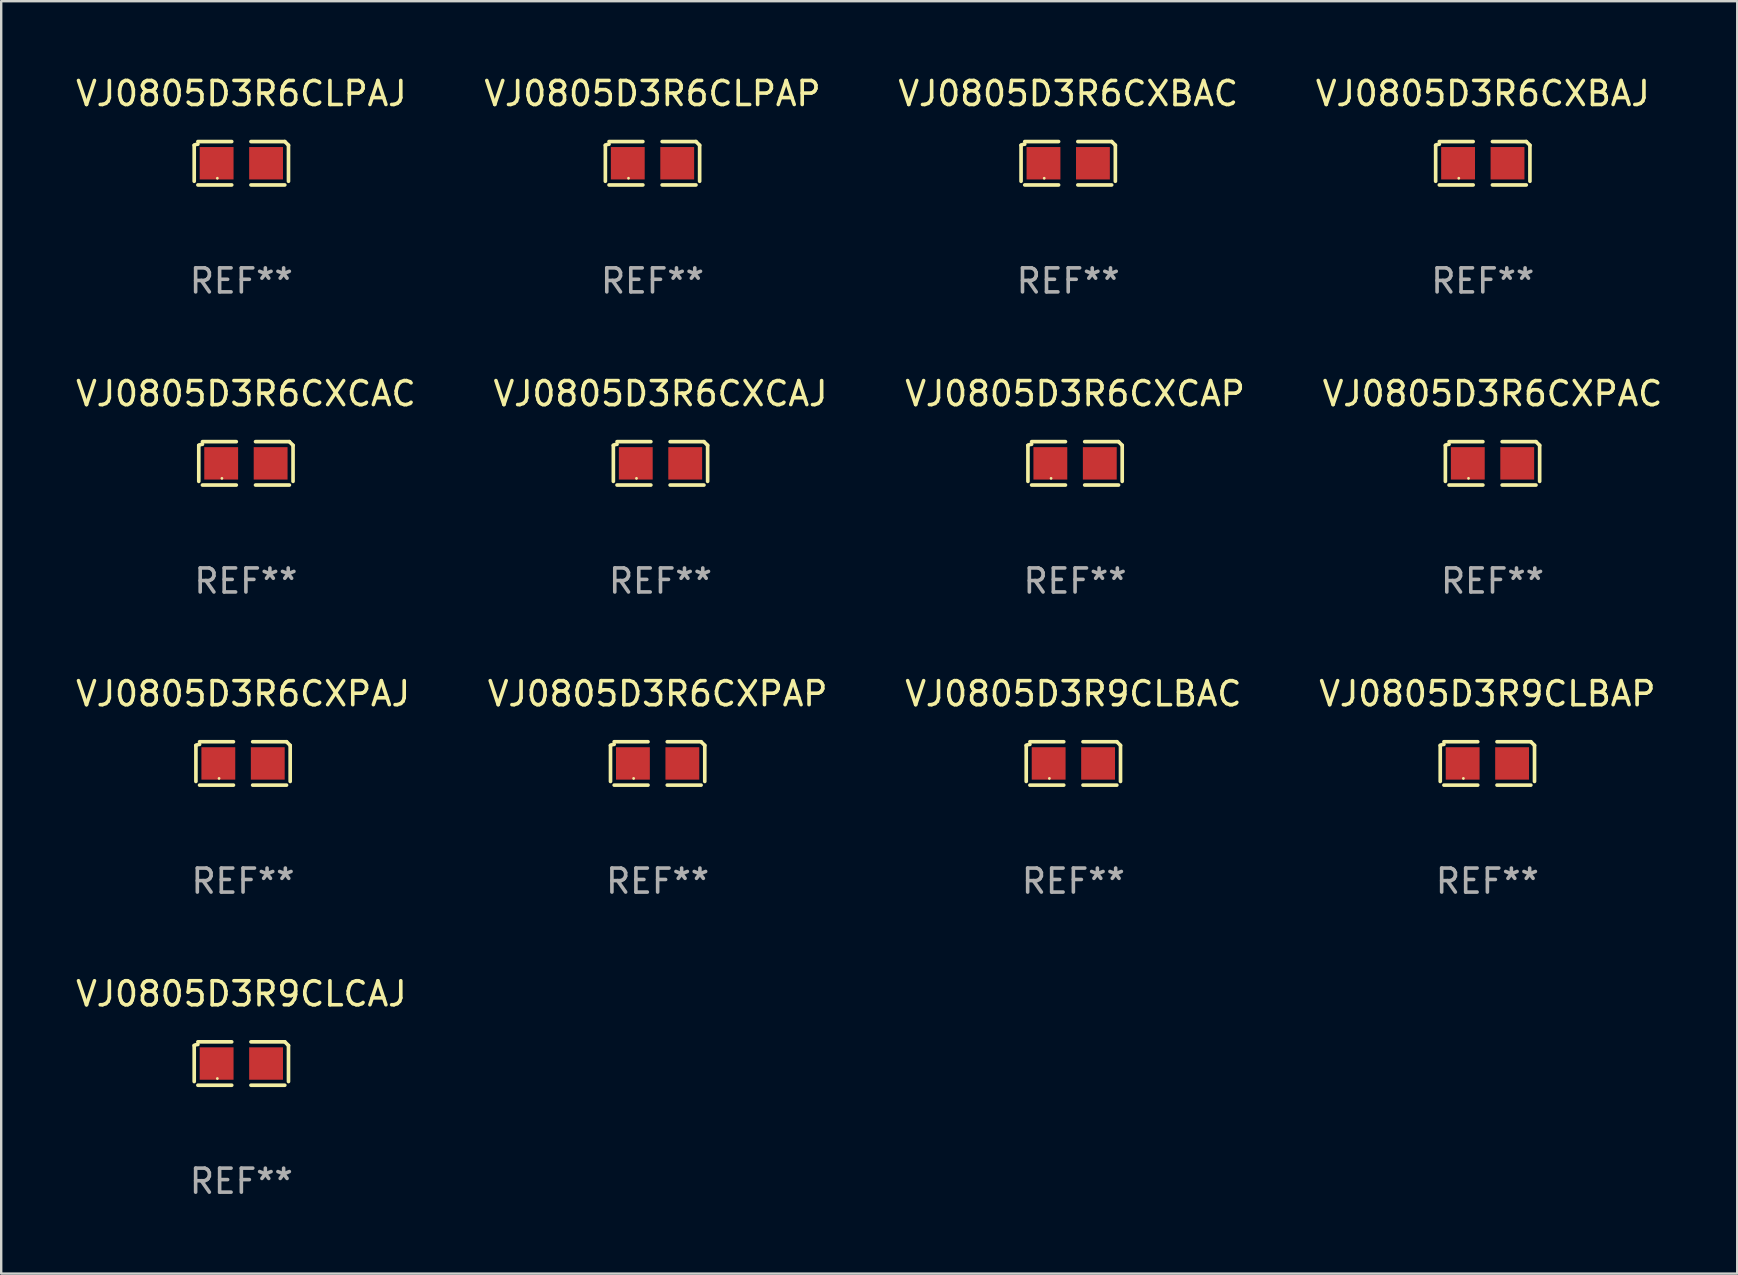
<source format=kicad_pcb>
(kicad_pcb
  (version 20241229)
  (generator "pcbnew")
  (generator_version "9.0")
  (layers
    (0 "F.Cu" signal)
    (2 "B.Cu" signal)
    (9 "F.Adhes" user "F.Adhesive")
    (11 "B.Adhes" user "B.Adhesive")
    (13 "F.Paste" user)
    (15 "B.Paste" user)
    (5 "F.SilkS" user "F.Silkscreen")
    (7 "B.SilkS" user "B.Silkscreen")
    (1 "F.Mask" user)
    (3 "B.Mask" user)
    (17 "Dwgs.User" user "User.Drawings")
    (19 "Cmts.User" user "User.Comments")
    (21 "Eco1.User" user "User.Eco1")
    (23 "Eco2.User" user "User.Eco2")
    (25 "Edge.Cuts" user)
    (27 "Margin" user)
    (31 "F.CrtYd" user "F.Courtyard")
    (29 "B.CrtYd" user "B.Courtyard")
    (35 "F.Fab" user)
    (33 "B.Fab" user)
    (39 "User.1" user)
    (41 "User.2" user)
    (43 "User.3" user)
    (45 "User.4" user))
  (footprint "VJ0805D3R6CXPAC"
    (layer "F.Cu")
    (at 59.137 16.256)
    (property "Reference" "VJ0805D3R6CXPAC" (at 0 -2.904 0) (layer "F.SilkS") (effects (font (size 1 1) (thickness 0.15))))
    (attr through_hole)
    (fp_line (start -1.964 0.751) (end -1.964 -0.751) (stroke (width 0.152) (type solid)) (layer "F.SilkS"))
    (fp_line (start -1.811 -0.904) (end -0.401 -0.904) (stroke (width 0.152) (type solid)) (layer "F.SilkS"))
    (fp_line (start -0.401 0.904) (end -1.811 0.904) (stroke (width 0.152) (type solid)) (layer "F.SilkS"))
    (fp_line (start 0.401 0.904) (end 1.811 0.904) (stroke (width 0.152) (type solid)) (layer "F.SilkS"))
    (fp_line (start 1.811 -0.904) (end 0.401 -0.904) (stroke (width 0.152) (type solid)) (layer "F.SilkS"))
    (fp_line (start 1.964 0.751) (end 1.964 -0.751) (stroke (width 0.152) (type solid)) (layer "F.SilkS"))
    (fp_arc (start -1.963602 -0.751207) (mid -1.890354 -0.783131) (end -1.811201 -0.794044) (stroke (width 0.1524) (type solid)) (layer "F.SilkS"))
    (fp_arc (start 1.811202 -0.903607) (mid 1.887413 -0.827418) (end 1.963602 -0.751207) (stroke (width 0.1524) (type solid)) (layer "F.SilkS"))
    (fp_circle (center -1 0.625) (end -0.97 0.625) (stroke (width 0.06) (type solid)) (fill no) (layer "F.SilkS"))
    (fp_text user "REF**" (at 0 4.904 0) (layer "F.Fab") (effects (font (size 1 1) (thickness 0.15))))
    (pad "1" smd rect (at -1.03 0) (size 1.41 1.35) (layers "F.Cu" "F.Mask" "F.Paste"))
    (pad "2" smd rect (at 1.03 0) (size 1.41 1.35) (layers "F.Cu" "F.Mask" "F.Paste")))
  (footprint "VJ0805D3R6CXPAJ"
    (layer "F.Cu")
    (at 7.077 28.759)
    (property "Reference" "VJ0805D3R6CXPAJ" (at 0 -2.904 0) (layer "F.SilkS") (effects (font (size 1 1) (thickness 0.15))))
    (attr through_hole)
    (fp_line (start -1.964 0.751) (end -1.964 -0.751) (stroke (width 0.152) (type solid)) (layer "F.SilkS"))
    (fp_line (start -1.811 -0.904) (end -0.401 -0.904) (stroke (width 0.152) (type solid)) (layer "F.SilkS"))
    (fp_line (start -0.401 0.904) (end -1.811 0.904) (stroke (width 0.152) (type solid)) (layer "F.SilkS"))
    (fp_line (start 0.401 0.904) (end 1.811 0.904) (stroke (width 0.152) (type solid)) (layer "F.SilkS"))
    (fp_line (start 1.811 -0.904) (end 0.401 -0.904) (stroke (width 0.152) (type solid)) (layer "F.SilkS"))
    (fp_line (start 1.964 0.751) (end 1.964 -0.751) (stroke (width 0.152) (type solid)) (layer "F.SilkS"))
    (fp_arc (start -1.963602 -0.751207) (mid -1.890354 -0.783131) (end -1.811201 -0.794044) (stroke (width 0.1524) (type solid)) (layer "F.SilkS"))
    (fp_arc (start 1.811202 -0.903607) (mid 1.887413 -0.827418) (end 1.963602 -0.751207) (stroke (width 0.1524) (type solid)) (layer "F.SilkS"))
    (fp_circle (center -1 0.625) (end -0.97 0.625) (stroke (width 0.06) (type solid)) (fill no) (layer "F.SilkS"))
    (fp_text user "REF**" (at 0 4.904 0) (layer "F.Fab") (effects (font (size 1 1) (thickness 0.15))))
    (pad "1" smd rect (at -1.03 0) (size 1.41 1.35) (layers "F.Cu" "F.Mask" "F.Paste"))
    (pad "2" smd rect (at 1.03 0) (size 1.41 1.35) (layers "F.Cu" "F.Mask" "F.Paste")))
  (footprint "VJ0805D3R6CXBAC"
    (layer "F.Cu")
    (at 41.458 3.752)
    (property "Reference" "VJ0805D3R6CXBAC" (at 0 -2.904 0) (layer "F.SilkS") (effects (font (size 1 1) (thickness 0.15))))
    (attr through_hole)
    (fp_line (start -1.964 0.751) (end -1.964 -0.751) (stroke (width 0.152) (type solid)) (layer "F.SilkS"))
    (fp_line (start -1.811 -0.904) (end -0.401 -0.904) (stroke (width 0.152) (type solid)) (layer "F.SilkS"))
    (fp_line (start -0.401 0.904) (end -1.811 0.904) (stroke (width 0.152) (type solid)) (layer "F.SilkS"))
    (fp_line (start 0.401 0.904) (end 1.811 0.904) (stroke (width 0.152) (type solid)) (layer "F.SilkS"))
    (fp_line (start 1.811 -0.904) (end 0.401 -0.904) (stroke (width 0.152) (type solid)) (layer "F.SilkS"))
    (fp_line (start 1.964 0.751) (end 1.964 -0.751) (stroke (width 0.152) (type solid)) (layer "F.SilkS"))
    (fp_arc (start -1.963602 -0.751207) (mid -1.890354 -0.783131) (end -1.811201 -0.794044) (stroke (width 0.1524) (type solid)) (layer "F.SilkS"))
    (fp_arc (start 1.811202 -0.903607) (mid 1.887413 -0.827418) (end 1.963602 -0.751207) (stroke (width 0.1524) (type solid)) (layer "F.SilkS"))
    (fp_circle (center -1 0.625) (end -0.97 0.625) (stroke (width 0.06) (type solid)) (fill no) (layer "F.SilkS"))
    (fp_text user "REF**" (at 0 4.904 0) (layer "F.Fab") (effects (font (size 1 1) (thickness 0.15))))
    (pad "1" smd rect (at -1.03 0) (size 1.41 1.35) (layers "F.Cu" "F.Mask" "F.Paste"))
    (pad "2" smd rect (at 1.03 0) (size 1.41 1.35) (layers "F.Cu" "F.Mask" "F.Paste")))
  (footprint "VJ0805D3R6CXPAP"
    (layer "F.Cu")
    (at 24.351 28.759)
    (property "Reference" "VJ0805D3R6CXPAP" (at 0 -2.904 0) (layer "F.SilkS") (effects (font (size 1 1) (thickness 0.15))))
    (attr through_hole)
    (fp_line (start -1.964 0.751) (end -1.964 -0.751) (stroke (width 0.152) (type solid)) (layer "F.SilkS"))
    (fp_line (start -1.811 -0.904) (end -0.401 -0.904) (stroke (width 0.152) (type solid)) (layer "F.SilkS"))
    (fp_line (start -0.401 0.904) (end -1.811 0.904) (stroke (width 0.152) (type solid)) (layer "F.SilkS"))
    (fp_line (start 0.401 0.904) (end 1.811 0.904) (stroke (width 0.152) (type solid)) (layer "F.SilkS"))
    (fp_line (start 1.811 -0.904) (end 0.401 -0.904) (stroke (width 0.152) (type solid)) (layer "F.SilkS"))
    (fp_line (start 1.964 0.751) (end 1.964 -0.751) (stroke (width 0.152) (type solid)) (layer "F.SilkS"))
    (fp_arc (start -1.963602 -0.751207) (mid -1.890354 -0.783131) (end -1.811201 -0.794044) (stroke (width 0.1524) (type solid)) (layer "F.SilkS"))
    (fp_arc (start 1.811202 -0.903607) (mid 1.887413 -0.827418) (end 1.963602 -0.751207) (stroke (width 0.1524) (type solid)) (layer "F.SilkS"))
    (fp_circle (center -1 0.625) (end -0.97 0.625) (stroke (width 0.06) (type solid)) (fill no) (layer "F.SilkS"))
    (fp_text user "REF**" (at 0 4.904 0) (layer "F.Fab") (effects (font (size 1 1) (thickness 0.15))))
    (pad "1" smd rect (at -1.03 0) (size 1.41 1.35) (layers "F.Cu" "F.Mask" "F.Paste"))
    (pad "2" smd rect (at 1.03 0) (size 1.41 1.35) (layers "F.Cu" "F.Mask" "F.Paste")))
  (footprint "VJ0805D3R6CXCAP"
    (layer "F.Cu")
    (at 41.744 16.256)
    (property "Reference" "VJ0805D3R6CXCAP" (at 0 -2.904 0) (layer "F.SilkS") (effects (font (size 1 1) (thickness 0.15))))
    (attr through_hole)
    (fp_line (start -1.964 0.751) (end -1.964 -0.751) (stroke (width 0.152) (type solid)) (layer "F.SilkS"))
    (fp_line (start -1.811 -0.904) (end -0.401 -0.904) (stroke (width 0.152) (type solid)) (layer "F.SilkS"))
    (fp_line (start -0.401 0.904) (end -1.811 0.904) (stroke (width 0.152) (type solid)) (layer "F.SilkS"))
    (fp_line (start 0.401 0.904) (end 1.811 0.904) (stroke (width 0.152) (type solid)) (layer "F.SilkS"))
    (fp_line (start 1.811 -0.904) (end 0.401 -0.904) (stroke (width 0.152) (type solid)) (layer "F.SilkS"))
    (fp_line (start 1.964 0.751) (end 1.964 -0.751) (stroke (width 0.152) (type solid)) (layer "F.SilkS"))
    (fp_arc (start -1.963602 -0.751207) (mid -1.890354 -0.783131) (end -1.811201 -0.794044) (stroke (width 0.1524) (type solid)) (layer "F.SilkS"))
    (fp_arc (start 1.811202 -0.903607) (mid 1.887413 -0.827418) (end 1.963602 -0.751207) (stroke (width 0.1524) (type solid)) (layer "F.SilkS"))
    (fp_circle (center -1 0.625) (end -0.97 0.625) (stroke (width 0.06) (type solid)) (fill no) (layer "F.SilkS"))
    (fp_text user "REF**" (at 0 4.904 0) (layer "F.Fab") (effects (font (size 1 1) (thickness 0.15))))
    (pad "1" smd rect (at -1.03 0) (size 1.41 1.35) (layers "F.Cu" "F.Mask" "F.Paste"))
    (pad "2" smd rect (at 1.03 0) (size 1.41 1.35) (layers "F.Cu" "F.Mask" "F.Paste")))
  (footprint "VJ0805D3R6CXCAJ"
    (layer "F.Cu")
    (at 24.47 16.256)
    (property "Reference" "VJ0805D3R6CXCAJ" (at 0 -2.904 0) (layer "F.SilkS") (effects (font (size 1 1) (thickness 0.15))))
    (attr through_hole)
    (fp_line (start -1.964 0.751) (end -1.964 -0.751) (stroke (width 0.152) (type solid)) (layer "F.SilkS"))
    (fp_line (start -1.811 -0.904) (end -0.401 -0.904) (stroke (width 0.152) (type solid)) (layer "F.SilkS"))
    (fp_line (start -0.401 0.904) (end -1.811 0.904) (stroke (width 0.152) (type solid)) (layer "F.SilkS"))
    (fp_line (start 0.401 0.904) (end 1.811 0.904) (stroke (width 0.152) (type solid)) (layer "F.SilkS"))
    (fp_line (start 1.811 -0.904) (end 0.401 -0.904) (stroke (width 0.152) (type solid)) (layer "F.SilkS"))
    (fp_line (start 1.964 0.751) (end 1.964 -0.751) (stroke (width 0.152) (type solid)) (layer "F.SilkS"))
    (fp_arc (start -1.963602 -0.751207) (mid -1.890354 -0.783131) (end -1.811201 -0.794044) (stroke (width 0.1524) (type solid)) (layer "F.SilkS"))
    (fp_arc (start 1.811202 -0.903607) (mid 1.887413 -0.827418) (end 1.963602 -0.751207) (stroke (width 0.1524) (type solid)) (layer "F.SilkS"))
    (fp_circle (center -1 0.625) (end -0.97 0.625) (stroke (width 0.06) (type solid)) (fill no) (layer "F.SilkS"))
    (fp_text user "REF**" (at 0 4.904 0) (layer "F.Fab") (effects (font (size 1 1) (thickness 0.15))))
    (pad "1" smd rect (at -1.03 0) (size 1.41 1.35) (layers "F.Cu" "F.Mask" "F.Paste"))
    (pad "2" smd rect (at 1.03 0) (size 1.41 1.35) (layers "F.Cu" "F.Mask" "F.Paste")))
  (footprint "VJ0805D3R9CLCAJ"
    (layer "F.Cu")
    (at 7.006 41.263)
    (property "Reference" "VJ0805D3R9CLCAJ" (at 0 -2.904 0) (layer "F.SilkS") (effects (font (size 1 1) (thickness 0.15))))
    (attr through_hole)
    (fp_line (start -1.964 0.751) (end -1.964 -0.751) (stroke (width 0.152) (type solid)) (layer "F.SilkS"))
    (fp_line (start -1.811 -0.904) (end -0.401 -0.904) (stroke (width 0.152) (type solid)) (layer "F.SilkS"))
    (fp_line (start -0.401 0.904) (end -1.811 0.904) (stroke (width 0.152) (type solid)) (layer "F.SilkS"))
    (fp_line (start 0.401 0.904) (end 1.811 0.904) (stroke (width 0.152) (type solid)) (layer "F.SilkS"))
    (fp_line (start 1.811 -0.904) (end 0.401 -0.904) (stroke (width 0.152) (type solid)) (layer "F.SilkS"))
    (fp_line (start 1.964 0.751) (end 1.964 -0.751) (stroke (width 0.152) (type solid)) (layer "F.SilkS"))
    (fp_arc (start -1.963602 -0.751207) (mid -1.890354 -0.783131) (end -1.811201 -0.794044) (stroke (width 0.1524) (type solid)) (layer "F.SilkS"))
    (fp_arc (start 1.811202 -0.903607) (mid 1.887413 -0.827418) (end 1.963602 -0.751207) (stroke (width 0.1524) (type solid)) (layer "F.SilkS"))
    (fp_circle (center -1 0.625) (end -0.97 0.625) (stroke (width 0.06) (type solid)) (fill no) (layer "F.SilkS"))
    (fp_text user "REF**" (at 0 4.904 0) (layer "F.Fab") (effects (font (size 1 1) (thickness 0.15))))
    (pad "1" smd rect (at -1.03 0) (size 1.41 1.35) (layers "F.Cu" "F.Mask" "F.Paste"))
    (pad "2" smd rect (at 1.03 0) (size 1.41 1.35) (layers "F.Cu" "F.Mask" "F.Paste")))
  (footprint "VJ0805D3R9CLBAP"
    (layer "F.Cu")
    (at 58.923 28.759)
    (property "Reference" "VJ0805D3R9CLBAP" (at 0 -2.904 0) (layer "F.SilkS") (effects (font (size 1 1) (thickness 0.15))))
    (attr through_hole)
    (fp_line (start -1.964 0.751) (end -1.964 -0.751) (stroke (width 0.152) (type solid)) (layer "F.SilkS"))
    (fp_line (start -1.811 -0.904) (end -0.401 -0.904) (stroke (width 0.152) (type solid)) (layer "F.SilkS"))
    (fp_line (start -0.401 0.904) (end -1.811 0.904) (stroke (width 0.152) (type solid)) (layer "F.SilkS"))
    (fp_line (start 0.401 0.904) (end 1.811 0.904) (stroke (width 0.152) (type solid)) (layer "F.SilkS"))
    (fp_line (start 1.811 -0.904) (end 0.401 -0.904) (stroke (width 0.152) (type solid)) (layer "F.SilkS"))
    (fp_line (start 1.964 0.751) (end 1.964 -0.751) (stroke (width 0.152) (type solid)) (layer "F.SilkS"))
    (fp_arc (start -1.963602 -0.751207) (mid -1.890354 -0.783131) (end -1.811201 -0.794044) (stroke (width 0.1524) (type solid)) (layer "F.SilkS"))
    (fp_arc (start 1.811202 -0.903607) (mid 1.887413 -0.827418) (end 1.963602 -0.751207) (stroke (width 0.1524) (type solid)) (layer "F.SilkS"))
    (fp_circle (center -1 0.625) (end -0.97 0.625) (stroke (width 0.06) (type solid)) (fill no) (layer "F.SilkS"))
    (fp_text user "REF**" (at 0 4.904 0) (layer "F.Fab") (effects (font (size 1 1) (thickness 0.15))))
    (pad "1" smd rect (at -1.03 0) (size 1.41 1.35) (layers "F.Cu" "F.Mask" "F.Paste"))
    (pad "2" smd rect (at 1.03 0) (size 1.41 1.35) (layers "F.Cu" "F.Mask" "F.Paste")))
  (footprint "VJ0805D3R6CXCAC"
    (layer "F.Cu")
    (at 7.196 16.256)
    (property "Reference" "VJ0805D3R6CXCAC" (at 0 -2.904 0) (layer "F.SilkS") (effects (font (size 1 1) (thickness 0.15))))
    (attr through_hole)
    (fp_line (start -1.964 0.751) (end -1.964 -0.751) (stroke (width 0.152) (type solid)) (layer "F.SilkS"))
    (fp_line (start -1.811 -0.904) (end -0.401 -0.904) (stroke (width 0.152) (type solid)) (layer "F.SilkS"))
    (fp_line (start -0.401 0.904) (end -1.811 0.904) (stroke (width 0.152) (type solid)) (layer "F.SilkS"))
    (fp_line (start 0.401 0.904) (end 1.811 0.904) (stroke (width 0.152) (type solid)) (layer "F.SilkS"))
    (fp_line (start 1.811 -0.904) (end 0.401 -0.904) (stroke (width 0.152) (type solid)) (layer "F.SilkS"))
    (fp_line (start 1.964 0.751) (end 1.964 -0.751) (stroke (width 0.152) (type solid)) (layer "F.SilkS"))
    (fp_arc (start -1.963602 -0.751207) (mid -1.890354 -0.783131) (end -1.811201 -0.794044) (stroke (width 0.1524) (type solid)) (layer "F.SilkS"))
    (fp_arc (start 1.811202 -0.903607) (mid 1.887413 -0.827418) (end 1.963602 -0.751207) (stroke (width 0.1524) (type solid)) (layer "F.SilkS"))
    (fp_circle (center -1 0.625) (end -0.97 0.625) (stroke (width 0.06) (type solid)) (fill no) (layer "F.SilkS"))
    (fp_text user "REF**" (at 0 4.904 0) (layer "F.Fab") (effects (font (size 1 1) (thickness 0.15))))
    (pad "1" smd rect (at -1.03 0) (size 1.41 1.35) (layers "F.Cu" "F.Mask" "F.Paste"))
    (pad "2" smd rect (at 1.03 0) (size 1.41 1.35) (layers "F.Cu" "F.Mask" "F.Paste")))
  (footprint "VJ0805D3R6CXBAJ"
    (layer "F.Cu")
    (at 58.732 3.752)
    (property "Reference" "VJ0805D3R6CXBAJ" (at 0 -2.904 0) (layer "F.SilkS") (effects (font (size 1 1) (thickness 0.15))))
    (attr through_hole)
    (fp_line (start -1.964 0.751) (end -1.964 -0.751) (stroke (width 0.152) (type solid)) (layer "F.SilkS"))
    (fp_line (start -1.811 -0.904) (end -0.401 -0.904) (stroke (width 0.152) (type solid)) (layer "F.SilkS"))
    (fp_line (start -0.401 0.904) (end -1.811 0.904) (stroke (width 0.152) (type solid)) (layer "F.SilkS"))
    (fp_line (start 0.401 0.904) (end 1.811 0.904) (stroke (width 0.152) (type solid)) (layer "F.SilkS"))
    (fp_line (start 1.811 -0.904) (end 0.401 -0.904) (stroke (width 0.152) (type solid)) (layer "F.SilkS"))
    (fp_line (start 1.964 0.751) (end 1.964 -0.751) (stroke (width 0.152) (type solid)) (layer "F.SilkS"))
    (fp_arc (start -1.963602 -0.751207) (mid -1.890354 -0.783131) (end -1.811201 -0.794044) (stroke (width 0.1524) (type solid)) (layer "F.SilkS"))
    (fp_arc (start 1.811202 -0.903607) (mid 1.887413 -0.827418) (end 1.963602 -0.751207) (stroke (width 0.1524) (type solid)) (layer "F.SilkS"))
    (fp_circle (center -1 0.625) (end -0.97 0.625) (stroke (width 0.06) (type solid)) (fill no) (layer "F.SilkS"))
    (fp_text user "REF**" (at 0 4.904 0) (layer "F.Fab") (effects (font (size 1 1) (thickness 0.15))))
    (pad "1" smd rect (at -1.03 0) (size 1.41 1.35) (layers "F.Cu" "F.Mask" "F.Paste"))
    (pad "2" smd rect (at 1.03 0) (size 1.41 1.35) (layers "F.Cu" "F.Mask" "F.Paste")))
  (footprint "VJ0805D3R6CLPAP"
    (layer "F.Cu")
    (at 24.137 3.752)
    (property "Reference" "VJ0805D3R6CLPAP" (at 0 -2.904 0) (layer "F.SilkS") (effects (font (size 1 1) (thickness 0.15))))
    (attr through_hole)
    (fp_line (start -1.964 0.751) (end -1.964 -0.751) (stroke (width 0.152) (type solid)) (layer "F.SilkS"))
    (fp_line (start -1.811 -0.904) (end -0.401 -0.904) (stroke (width 0.152) (type solid)) (layer "F.SilkS"))
    (fp_line (start -0.401 0.904) (end -1.811 0.904) (stroke (width 0.152) (type solid)) (layer "F.SilkS"))
    (fp_line (start 0.401 0.904) (end 1.811 0.904) (stroke (width 0.152) (type solid)) (layer "F.SilkS"))
    (fp_line (start 1.811 -0.904) (end 0.401 -0.904) (stroke (width 0.152) (type solid)) (layer "F.SilkS"))
    (fp_line (start 1.964 0.751) (end 1.964 -0.751) (stroke (width 0.152) (type solid)) (layer "F.SilkS"))
    (fp_arc (start -1.963602 -0.751207) (mid -1.890354 -0.783131) (end -1.811201 -0.794044) (stroke (width 0.1524) (type solid)) (layer "F.SilkS"))
    (fp_arc (start 1.811202 -0.903607) (mid 1.887413 -0.827418) (end 1.963602 -0.751207) (stroke (width 0.1524) (type solid)) (layer "F.SilkS"))
    (fp_circle (center -1 0.625) (end -0.97 0.625) (stroke (width 0.06) (type solid)) (fill no) (layer "F.SilkS"))
    (fp_text user "REF**" (at 0 4.904 0) (layer "F.Fab") (effects (font (size 1 1) (thickness 0.15))))
    (pad "1" smd rect (at -1.03 0) (size 1.41 1.35) (layers "F.Cu" "F.Mask" "F.Paste"))
    (pad "2" smd rect (at 1.03 0) (size 1.41 1.35) (layers "F.Cu" "F.Mask" "F.Paste")))
  (footprint "VJ0805D3R6CLPAJ"
    (layer "F.Cu")
    (at 7.006 3.752)
    (property "Reference" "VJ0805D3R6CLPAJ" (at 0 -2.904 0) (layer "F.SilkS") (effects (font (size 1 1) (thickness 0.15))))
    (attr through_hole)
    (fp_line (start -1.964 0.751) (end -1.964 -0.751) (stroke (width 0.152) (type solid)) (layer "F.SilkS"))
    (fp_line (start -1.811 -0.904) (end -0.401 -0.904) (stroke (width 0.152) (type solid)) (layer "F.SilkS"))
    (fp_line (start -0.401 0.904) (end -1.811 0.904) (stroke (width 0.152) (type solid)) (layer "F.SilkS"))
    (fp_line (start 0.401 0.904) (end 1.811 0.904) (stroke (width 0.152) (type solid)) (layer "F.SilkS"))
    (fp_line (start 1.811 -0.904) (end 0.401 -0.904) (stroke (width 0.152) (type solid)) (layer "F.SilkS"))
    (fp_line (start 1.964 0.751) (end 1.964 -0.751) (stroke (width 0.152) (type solid)) (layer "F.SilkS"))
    (fp_arc (start -1.963602 -0.751207) (mid -1.890354 -0.783131) (end -1.811201 -0.794044) (stroke (width 0.1524) (type solid)) (layer "F.SilkS"))
    (fp_arc (start 1.811202 -0.903607) (mid 1.887413 -0.827418) (end 1.963602 -0.751207) (stroke (width 0.1524) (type solid)) (layer "F.SilkS"))
    (fp_circle (center -1 0.625) (end -0.97 0.625) (stroke (width 0.06) (type solid)) (fill no) (layer "F.SilkS"))
    (fp_text user "REF**" (at 0 4.904 0) (layer "F.Fab") (effects (font (size 1 1) (thickness 0.15))))
    (pad "1" smd rect (at -1.03 0) (size 1.41 1.35) (layers "F.Cu" "F.Mask" "F.Paste"))
    (pad "2" smd rect (at 1.03 0) (size 1.41 1.35) (layers "F.Cu" "F.Mask" "F.Paste")))
  (footprint "VJ0805D3R9CLBAC"
    (layer "F.Cu")
    (at 41.673 28.759)
    (property "Reference" "VJ0805D3R9CLBAC" (at 0 -2.904 0) (layer "F.SilkS") (effects (font (size 1 1) (thickness 0.15))))
    (attr through_hole)
    (fp_line (start -1.964 0.751) (end -1.964 -0.751) (stroke (width 0.152) (type solid)) (layer "F.SilkS"))
    (fp_line (start -1.811 -0.904) (end -0.401 -0.904) (stroke (width 0.152) (type solid)) (layer "F.SilkS"))
    (fp_line (start -0.401 0.904) (end -1.811 0.904) (stroke (width 0.152) (type solid)) (layer "F.SilkS"))
    (fp_line (start 0.401 0.904) (end 1.811 0.904) (stroke (width 0.152) (type solid)) (layer "F.SilkS"))
    (fp_line (start 1.811 -0.904) (end 0.401 -0.904) (stroke (width 0.152) (type solid)) (layer "F.SilkS"))
    (fp_line (start 1.964 0.751) (end 1.964 -0.751) (stroke (width 0.152) (type solid)) (layer "F.SilkS"))
    (fp_arc (start -1.963602 -0.751207) (mid -1.890354 -0.783131) (end -1.811201 -0.794044) (stroke (width 0.1524) (type solid)) (layer "F.SilkS"))
    (fp_arc (start 1.811202 -0.903607) (mid 1.887413 -0.827418) (end 1.963602 -0.751207) (stroke (width 0.1524) (type solid)) (layer "F.SilkS"))
    (fp_circle (center -1 0.625) (end -0.97 0.625) (stroke (width 0.06) (type solid)) (fill no) (layer "F.SilkS"))
    (fp_text user "REF**" (at 0 4.904 0) (layer "F.Fab") (effects (font (size 1 1) (thickness 0.15))))
    (pad "1" smd rect (at -1.03 0) (size 1.41 1.35) (layers "F.Cu" "F.Mask" "F.Paste"))
    (pad "2" smd rect (at 1.03 0) (size 1.41 1.35) (layers "F.Cu" "F.Mask" "F.Paste")))
  (gr_rect
    (start -3 -3)
    (end 69.333 50.015)
    (stroke (width 0.1) (type default))
    (fill no)
    (layer "Edge.Cuts")))
</source>
